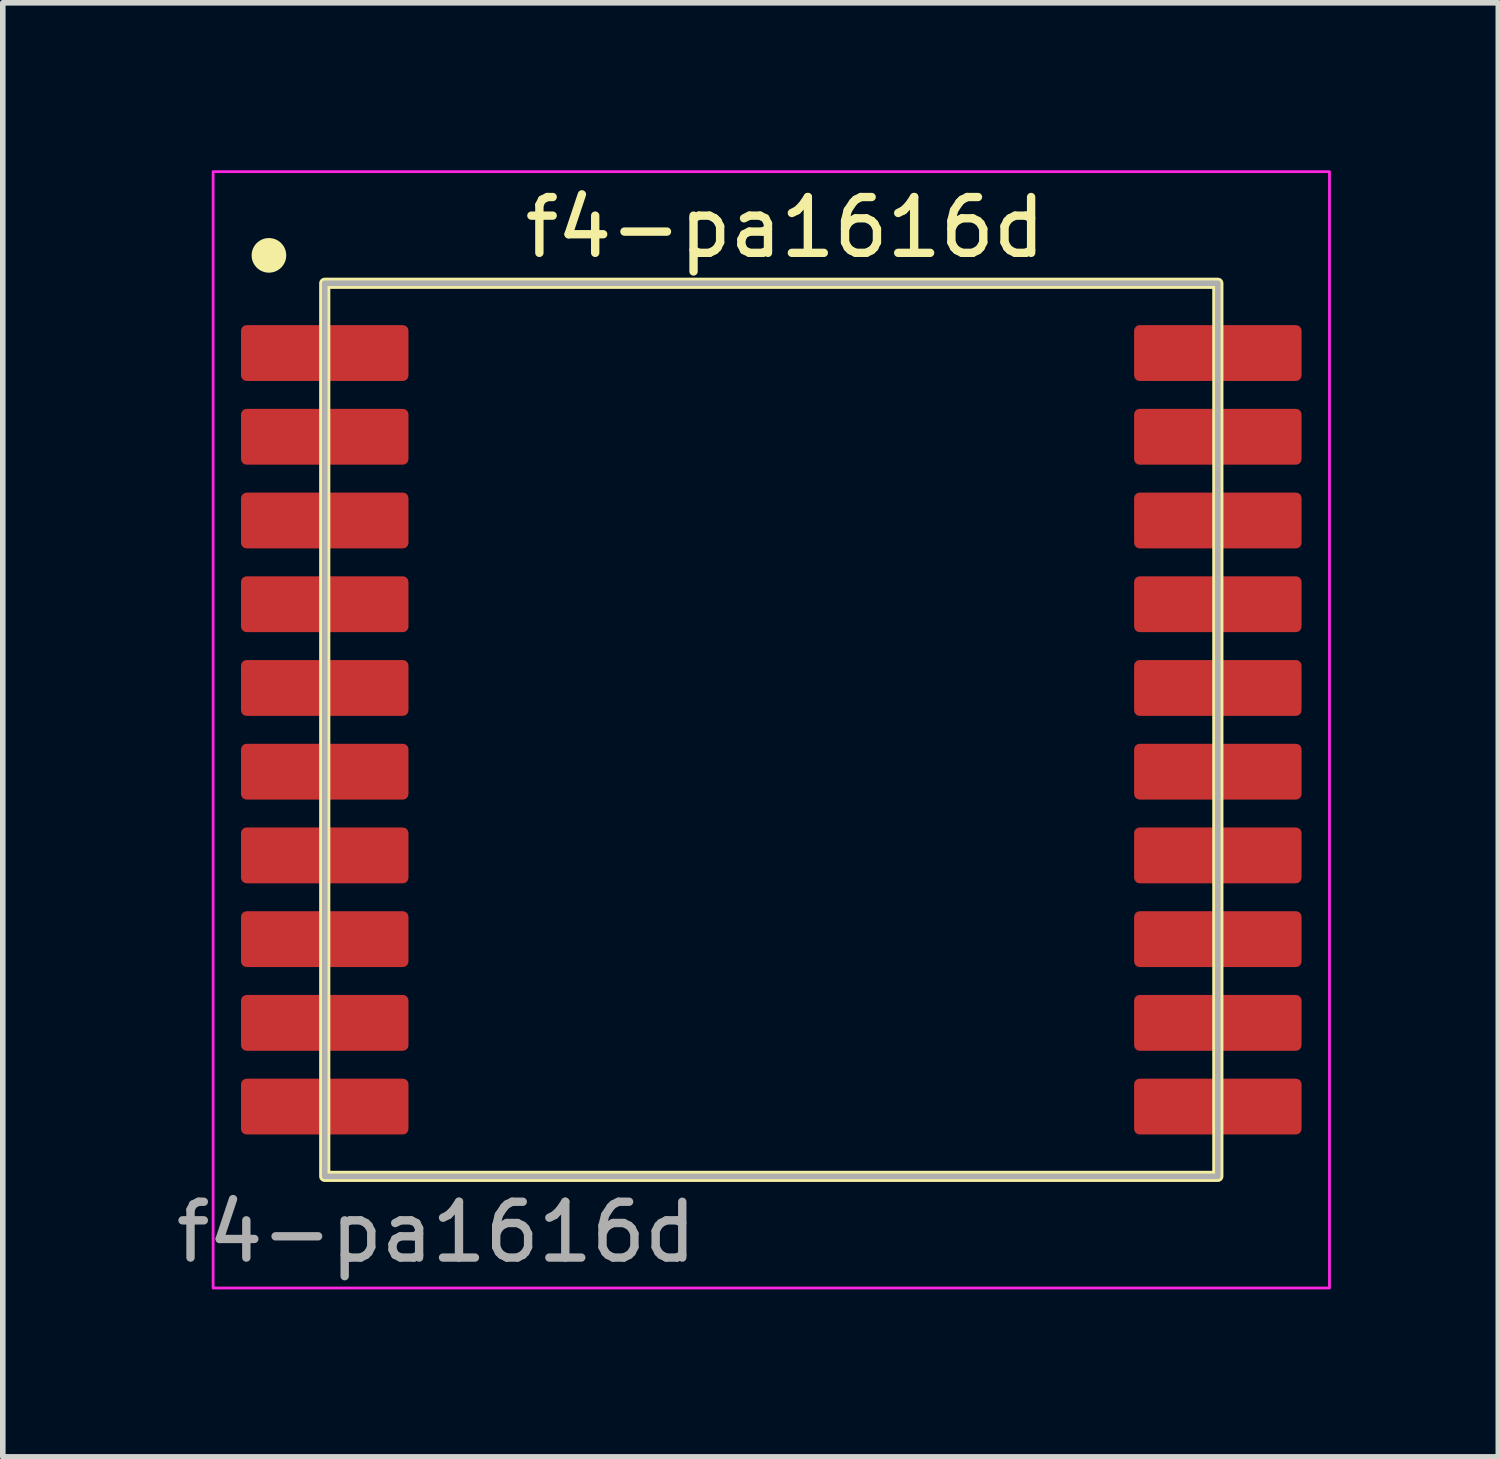
<source format=kicad_pcb>
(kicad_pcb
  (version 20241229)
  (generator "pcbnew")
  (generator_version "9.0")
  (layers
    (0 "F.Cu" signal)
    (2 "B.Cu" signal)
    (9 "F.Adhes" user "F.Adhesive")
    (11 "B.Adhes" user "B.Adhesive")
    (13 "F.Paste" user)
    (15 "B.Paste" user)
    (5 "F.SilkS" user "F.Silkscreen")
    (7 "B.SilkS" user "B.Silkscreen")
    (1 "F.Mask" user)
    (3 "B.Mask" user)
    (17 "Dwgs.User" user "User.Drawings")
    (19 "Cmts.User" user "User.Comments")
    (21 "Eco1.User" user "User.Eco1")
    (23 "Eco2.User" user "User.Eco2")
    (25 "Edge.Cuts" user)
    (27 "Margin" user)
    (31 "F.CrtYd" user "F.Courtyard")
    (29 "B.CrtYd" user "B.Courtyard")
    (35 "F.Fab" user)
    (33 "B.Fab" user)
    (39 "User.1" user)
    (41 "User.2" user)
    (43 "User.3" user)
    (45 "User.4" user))
  (footprint "f4-pa1616d"
    (layer "F.Cu")
    (at 2.768 18.025)
    (property "Reference" "f4-pa1616d" (at 8.25 -17 0) (unlocked yes) (layer "F.SilkS") (effects (font (size 1 1) (thickness 0.15))))
    (attr smd)
    (fp_rect (start 0 0) (end 16 -16) (stroke (width 0.2) (type solid)) (fill no) (layer "F.SilkS"))
    (fp_circle (center -1 -16.5) (end -0.75 -16.5) (stroke (width 0.12) (type solid)) (fill yes) (layer "F.SilkS"))
    (fp_rect (start -2 2) (end 18 -18) (stroke (width 0.05) (type solid)) (fill no) (layer "F.CrtYd"))
    (fp_rect (start 0 0) (end 16 -16) (stroke (width 0.1) (type solid)) (fill no) (layer "F.Fab"))
    (fp_text user "${REFERENCE}" (at 2 1 0) (unlocked yes) (layer "F.Fab") (effects (font (size 1 1) (thickness 0.15))))
    (pad "1" smd roundrect (at 0 -14.75) (size 3 1) (layers "*.Mask" "F.Cu" "F.Paste") (roundrect_rratio 0.1))
    (pad "2" smd roundrect (at 0 -13.25) (size 3 1) (layers "*.Mask" "F.Cu" "F.Paste") (roundrect_rratio 0.1))
    (pad "3" smd roundrect (at 0 -11.75) (size 3 1) (layers "*.Mask" "F.Cu" "F.Paste") (roundrect_rratio 0.1))
    (pad "4" smd roundrect (at 0 -10.25) (size 3 1) (layers "*.Mask" "F.Cu" "F.Paste") (roundrect_rratio 0.1))
    (pad "5" smd roundrect (at 0 -8.75) (size 3 1) (layers "*.Mask" "F.Cu" "F.Paste") (roundrect_rratio 0.1))
    (pad "6" smd roundrect (at 0 -7.25) (size 3 1) (layers "*.Mask" "F.Cu" "F.Paste") (roundrect_rratio 0.1))
    (pad "7" smd roundrect (at 0 -5.75) (size 3 1) (layers "*.Mask" "F.Cu" "F.Paste") (roundrect_rratio 0.1))
    (pad "8" smd roundrect (at 0 -4.25) (size 3 1) (layers "*.Mask" "F.Cu" "F.Paste") (roundrect_rratio 0.1))
    (pad "9" smd roundrect (at 0 -2.75) (size 3 1) (layers "*.Mask" "F.Cu" "F.Paste") (roundrect_rratio 0.1))
    (pad "10" smd roundrect (at 0 -1.25) (size 3 1) (layers "*.Mask" "F.Cu" "F.Paste") (roundrect_rratio 0.1))
    (pad "11" smd roundrect (at 16 -1.25 180) (size 3 1) (layers "*.Mask" "F.Cu" "F.Paste") (roundrect_rratio 0.1))
    (pad "12" smd roundrect (at 16 -2.75 180) (size 3 1) (layers "*.Mask" "F.Cu" "F.Paste") (roundrect_rratio 0.1))
    (pad "13" smd roundrect (at 16 -4.25 180) (size 3 1) (layers "*.Mask" "F.Cu" "F.Paste") (roundrect_rratio 0.1))
    (pad "14" smd roundrect (at 16 -5.75 180) (size 3 1) (layers "*.Mask" "F.Cu" "F.Paste") (roundrect_rratio 0.1))
    (pad "15" smd roundrect (at 16 -7.25 180) (size 3 1) (layers "*.Mask" "F.Cu" "F.Paste") (roundrect_rratio 0.1))
    (pad "16" smd roundrect (at 16 -8.75 180) (size 3 1) (layers "*.Mask" "F.Cu" "F.Paste") (roundrect_rratio 0.1))
    (pad "17" smd roundrect (at 16 -10.25 180) (size 3 1) (layers "*.Mask" "F.Cu" "F.Paste") (roundrect_rratio 0.1))
    (pad "18" smd roundrect (at 16 -11.75 180) (size 3 1) (layers "*.Mask" "F.Cu" "F.Paste") (roundrect_rratio 0.1))
    (pad "19" smd roundrect (at 16 -13.25 180) (size 3 1) (layers "*.Mask" "F.Cu" "F.Paste") (roundrect_rratio 0.1))
    (pad "20" smd roundrect (at 16 -14.75 180) (size 3 1) (layers "*.Mask" "F.Cu" "F.Paste") (roundrect_rratio 0.1)))
  (gr_rect
    (start -3 -3)
    (end 23.793 23.05)
    (stroke (width 0.1) (type default))
    (fill no)
    (layer "Edge.Cuts")))
</source>
